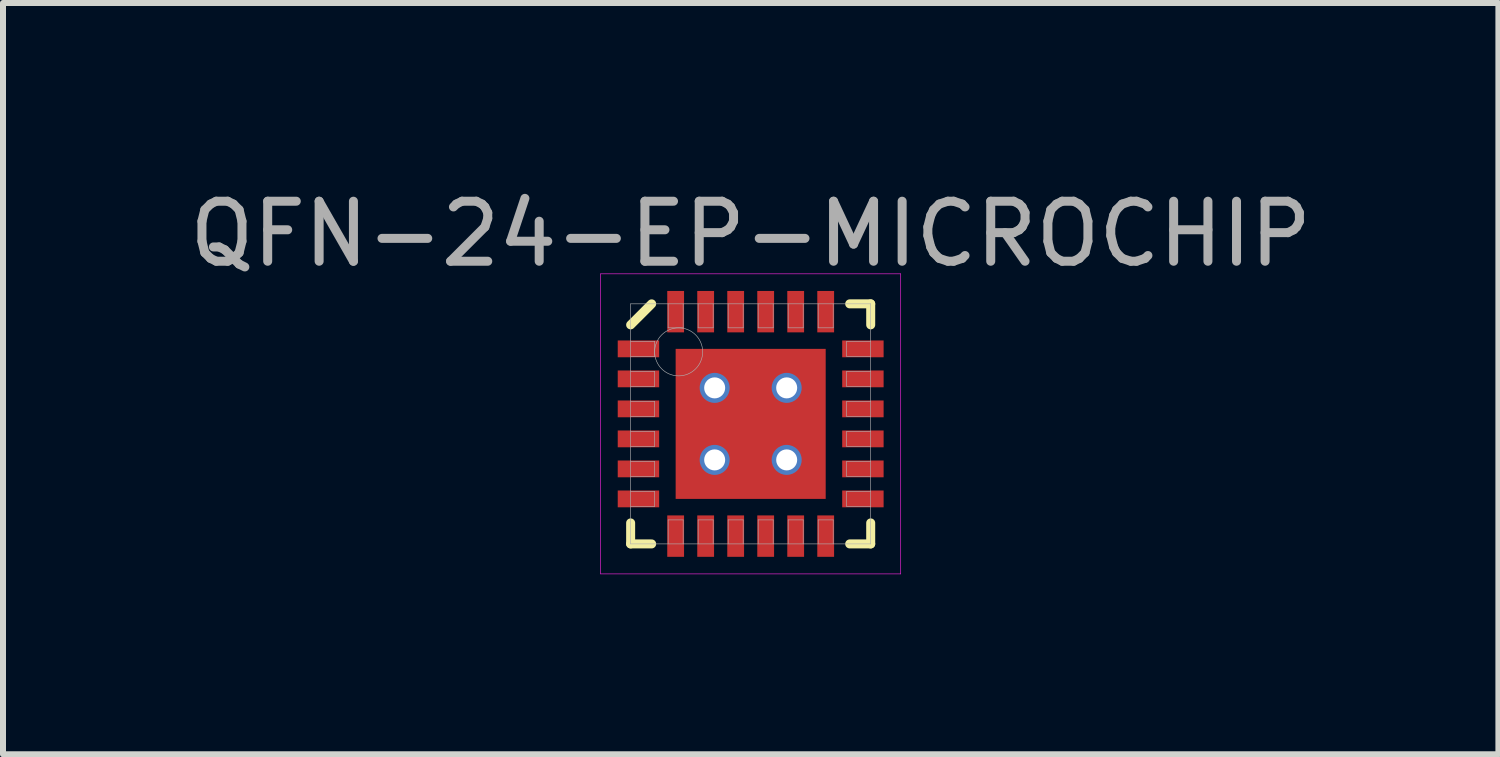
<source format=kicad_pcb>
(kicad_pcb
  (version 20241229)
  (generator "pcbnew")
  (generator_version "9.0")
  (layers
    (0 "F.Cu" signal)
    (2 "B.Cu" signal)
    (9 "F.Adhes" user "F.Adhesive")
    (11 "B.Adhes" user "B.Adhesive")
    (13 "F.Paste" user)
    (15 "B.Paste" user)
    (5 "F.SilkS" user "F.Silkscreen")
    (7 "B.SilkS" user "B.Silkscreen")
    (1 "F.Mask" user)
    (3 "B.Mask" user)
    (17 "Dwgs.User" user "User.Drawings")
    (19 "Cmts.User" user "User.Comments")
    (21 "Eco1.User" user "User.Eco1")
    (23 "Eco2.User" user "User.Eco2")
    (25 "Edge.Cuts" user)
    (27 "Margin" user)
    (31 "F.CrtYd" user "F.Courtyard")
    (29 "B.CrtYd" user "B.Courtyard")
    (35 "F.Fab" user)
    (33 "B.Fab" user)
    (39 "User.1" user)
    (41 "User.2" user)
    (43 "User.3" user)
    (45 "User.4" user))
  (footprint "QFN-24-EP-MICROCHIP"
    (layer "F.Cu")
    (at 9.458 4.013)
    (property "Reference" "QFN-24-EP-MICROCHIP" (at 0 -3.165 0) (layer "F.Fab") (effects (font (size 1 1) (thickness 0.15))))
    (attr smd)
    (fp_line (start -2 -1.65) (end -1.65 -2) (stroke (width 0.15) (type solid)) (layer "F.SilkS"))
    (fp_line (start -2 2) (end -2 1.65) (stroke (width 0.15) (type solid)) (layer "F.SilkS"))
    (fp_line (start -1.65 2) (end -2 2) (stroke (width 0.15) (type solid)) (layer "F.SilkS"))
    (fp_line (start 1.65 -2) (end 2 -2) (stroke (width 0.15) (type solid)) (layer "F.SilkS"))
    (fp_line (start 1.65 2) (end 2 2) (stroke (width 0.15) (type solid)) (layer "F.SilkS"))
    (fp_line (start 2 -2) (end 2 -1.65) (stroke (width 0.15) (type solid)) (layer "F.SilkS"))
    (fp_line (start 2 2) (end 2 1.65) (stroke (width 0.15) (type solid)) (layer "F.SilkS"))
    (fp_line (start -2.5 -2.5) (end 2.5 -2.5) (stroke (width 0.01) (type solid)) (layer "F.CrtYd"))
    (fp_line (start -2.5 2.5) (end -2.5 -2.5) (stroke (width 0.01) (type solid)) (layer "F.CrtYd"))
    (fp_line (start 2.5 -2.5) (end 2.5 2.5) (stroke (width 0.01) (type solid)) (layer "F.CrtYd"))
    (fp_line (start 2.5 2.5) (end -2.5 2.5) (stroke (width 0.01) (type solid)) (layer "F.CrtYd"))
    (fp_line (start -2 -2) (end 2 -2) (stroke (width 0.01) (type solid)) (layer "F.Fab"))
    (fp_line (start -2 -1.125) (end -1.6 -1.125) (stroke (width 0.01) (type solid)) (layer "F.Fab"))
    (fp_line (start -2 -0.625) (end -1.6 -0.625) (stroke (width 0.01) (type solid)) (layer "F.Fab"))
    (fp_line (start -2 -0.125) (end -1.6 -0.125) (stroke (width 0.01) (type solid)) (layer "F.Fab"))
    (fp_line (start -2 0.375) (end -1.6 0.375) (stroke (width 0.01) (type solid)) (layer "F.Fab"))
    (fp_line (start -2 0.875) (end -1.6 0.875) (stroke (width 0.01) (type solid)) (layer "F.Fab"))
    (fp_line (start -2 1.375) (end -1.6 1.375) (stroke (width 0.01) (type solid)) (layer "F.Fab"))
    (fp_line (start -2 2) (end -2 -2) (stroke (width 0.01) (type solid)) (layer "F.Fab"))
    (fp_line (start -1.6 -1.375) (end -2 -1.375) (stroke (width 0.01) (type solid)) (layer "F.Fab"))
    (fp_line (start -1.6 -1.125) (end -1.6 -1.375) (stroke (width 0.01) (type solid)) (layer "F.Fab"))
    (fp_line (start -1.6 -0.875) (end -2 -0.875) (stroke (width 0.01) (type solid)) (layer "F.Fab"))
    (fp_line (start -1.6 -0.625) (end -1.6 -0.875) (stroke (width 0.01) (type solid)) (layer "F.Fab"))
    (fp_line (start -1.6 -0.375) (end -2 -0.375) (stroke (width 0.01) (type solid)) (layer "F.Fab"))
    (fp_line (start -1.6 -0.125) (end -1.6 -0.375) (stroke (width 0.01) (type solid)) (layer "F.Fab"))
    (fp_line (start -1.6 0.125) (end -2 0.125) (stroke (width 0.01) (type solid)) (layer "F.Fab"))
    (fp_line (start -1.6 0.375) (end -1.6 0.125) (stroke (width 0.01) (type solid)) (layer "F.Fab"))
    (fp_line (start -1.6 0.625) (end -2 0.625) (stroke (width 0.01) (type solid)) (layer "F.Fab"))
    (fp_line (start -1.6 0.875) (end -1.6 0.625) (stroke (width 0.01) (type solid)) (layer "F.Fab"))
    (fp_line (start -1.6 1.125) (end -2 1.125) (stroke (width 0.01) (type solid)) (layer "F.Fab"))
    (fp_line (start -1.6 1.375) (end -1.6 1.125) (stroke (width 0.01) (type solid)) (layer "F.Fab"))
    (fp_line (start -1.375 -2) (end -1.375 -1.6) (stroke (width 0.01) (type solid)) (layer "F.Fab"))
    (fp_line (start -1.375 -1.6) (end -1.125 -1.6) (stroke (width 0.01) (type solid)) (layer "F.Fab"))
    (fp_line (start -1.375 1.6) (end -1.375 2) (stroke (width 0.01) (type solid)) (layer "F.Fab"))
    (fp_line (start -1.125 -1.6) (end -1.125 -2) (stroke (width 0.01) (type solid)) (layer "F.Fab"))
    (fp_line (start -1.125 1.6) (end -1.375 1.6) (stroke (width 0.01) (type solid)) (layer "F.Fab"))
    (fp_line (start -1.125 2) (end -1.125 1.6) (stroke (width 0.01) (type solid)) (layer "F.Fab"))
    (fp_line (start -0.875 -2) (end -0.875 -1.6) (stroke (width 0.01) (type solid)) (layer "F.Fab"))
    (fp_line (start -0.875 -1.6) (end -0.625 -1.6) (stroke (width 0.01) (type solid)) (layer "F.Fab"))
    (fp_line (start -0.875 1.6) (end -0.875 2) (stroke (width 0.01) (type solid)) (layer "F.Fab"))
    (fp_line (start -0.625 -1.6) (end -0.625 -2) (stroke (width 0.01) (type solid)) (layer "F.Fab"))
    (fp_line (start -0.625 1.6) (end -0.875 1.6) (stroke (width 0.01) (type solid)) (layer "F.Fab"))
    (fp_line (start -0.625 2) (end -0.625 1.6) (stroke (width 0.01) (type solid)) (layer "F.Fab"))
    (fp_line (start -0.375 -2) (end -0.375 -1.6) (stroke (width 0.01) (type solid)) (layer "F.Fab"))
    (fp_line (start -0.375 -1.6) (end -0.125 -1.6) (stroke (width 0.01) (type solid)) (layer "F.Fab"))
    (fp_line (start -0.375 1.6) (end -0.375 2) (stroke (width 0.01) (type solid)) (layer "F.Fab"))
    (fp_line (start -0.125 -1.6) (end -0.125 -2) (stroke (width 0.01) (type solid)) (layer "F.Fab"))
    (fp_line (start -0.125 1.6) (end -0.375 1.6) (stroke (width 0.01) (type solid)) (layer "F.Fab"))
    (fp_line (start -0.125 2) (end -0.125 1.6) (stroke (width 0.01) (type solid)) (layer "F.Fab"))
    (fp_line (start 0.125 -2) (end 0.125 -1.6) (stroke (width 0.01) (type solid)) (layer "F.Fab"))
    (fp_line (start 0.125 -1.6) (end 0.375 -1.6) (stroke (width 0.01) (type solid)) (layer "F.Fab"))
    (fp_line (start 0.125 1.6) (end 0.125 2) (stroke (width 0.01) (type solid)) (layer "F.Fab"))
    (fp_line (start 0.375 -1.6) (end 0.375 -2) (stroke (width 0.01) (type solid)) (layer "F.Fab"))
    (fp_line (start 0.375 1.6) (end 0.125 1.6) (stroke (width 0.01) (type solid)) (layer "F.Fab"))
    (fp_line (start 0.375 2) (end 0.375 1.6) (stroke (width 0.01) (type solid)) (layer "F.Fab"))
    (fp_line (start 0.625 -2) (end 0.625 -1.6) (stroke (width 0.01) (type solid)) (layer "F.Fab"))
    (fp_line (start 0.625 -1.6) (end 0.875 -1.6) (stroke (width 0.01) (type solid)) (layer "F.Fab"))
    (fp_line (start 0.625 1.6) (end 0.625 2) (stroke (width 0.01) (type solid)) (layer "F.Fab"))
    (fp_line (start 0.875 -1.6) (end 0.875 -2) (stroke (width 0.01) (type solid)) (layer "F.Fab"))
    (fp_line (start 0.875 1.6) (end 0.625 1.6) (stroke (width 0.01) (type solid)) (layer "F.Fab"))
    (fp_line (start 0.875 2) (end 0.875 1.6) (stroke (width 0.01) (type solid)) (layer "F.Fab"))
    (fp_line (start 1.125 -2) (end 1.125 -1.6) (stroke (width 0.01) (type solid)) (layer "F.Fab"))
    (fp_line (start 1.125 -1.6) (end 1.375 -1.6) (stroke (width 0.01) (type solid)) (layer "F.Fab"))
    (fp_line (start 1.125 1.6) (end 1.125 2) (stroke (width 0.01) (type solid)) (layer "F.Fab"))
    (fp_line (start 1.375 -1.6) (end 1.375 -2) (stroke (width 0.01) (type solid)) (layer "F.Fab"))
    (fp_line (start 1.375 1.6) (end 1.125 1.6) (stroke (width 0.01) (type solid)) (layer "F.Fab"))
    (fp_line (start 1.375 2) (end 1.375 1.6) (stroke (width 0.01) (type solid)) (layer "F.Fab"))
    (fp_line (start 1.6 -1.375) (end 1.6 -1.125) (stroke (width 0.01) (type solid)) (layer "F.Fab"))
    (fp_line (start 1.6 -1.125) (end 2 -1.125) (stroke (width 0.01) (type solid)) (layer "F.Fab"))
    (fp_line (start 1.6 -0.875) (end 1.6 -0.625) (stroke (width 0.01) (type solid)) (layer "F.Fab"))
    (fp_line (start 1.6 -0.625) (end 2 -0.625) (stroke (width 0.01) (type solid)) (layer "F.Fab"))
    (fp_line (start 1.6 -0.375) (end 1.6 -0.125) (stroke (width 0.01) (type solid)) (layer "F.Fab"))
    (fp_line (start 1.6 -0.125) (end 2 -0.125) (stroke (width 0.01) (type solid)) (layer "F.Fab"))
    (fp_line (start 1.6 0.125) (end 1.6 0.375) (stroke (width 0.01) (type solid)) (layer "F.Fab"))
    (fp_line (start 1.6 0.375) (end 2 0.375) (stroke (width 0.01) (type solid)) (layer "F.Fab"))
    (fp_line (start 1.6 0.625) (end 1.6 0.875) (stroke (width 0.01) (type solid)) (layer "F.Fab"))
    (fp_line (start 1.6 0.875) (end 2 0.875) (stroke (width 0.01) (type solid)) (layer "F.Fab"))
    (fp_line (start 1.6 1.125) (end 1.6 1.375) (stroke (width 0.01) (type solid)) (layer "F.Fab"))
    (fp_line (start 1.6 1.375) (end 2 1.375) (stroke (width 0.01) (type solid)) (layer "F.Fab"))
    (fp_line (start 2 -2) (end 2 2) (stroke (width 0.01) (type solid)) (layer "F.Fab"))
    (fp_line (start 2 -1.375) (end 1.6 -1.375) (stroke (width 0.01) (type solid)) (layer "F.Fab"))
    (fp_line (start 2 -0.875) (end 1.6 -0.875) (stroke (width 0.01) (type solid)) (layer "F.Fab"))
    (fp_line (start 2 -0.375) (end 1.6 -0.375) (stroke (width 0.01) (type solid)) (layer "F.Fab"))
    (fp_line (start 2 0.125) (end 1.6 0.125) (stroke (width 0.01) (type solid)) (layer "F.Fab"))
    (fp_line (start 2 0.625) (end 1.6 0.625) (stroke (width 0.01) (type solid)) (layer "F.Fab"))
    (fp_line (start 2 1.125) (end 1.6 1.125) (stroke (width 0.01) (type solid)) (layer "F.Fab"))
    (fp_line (start 2 2) (end -2 2) (stroke (width 0.01) (type solid)) (layer "F.Fab"))
    (fp_circle (center -1.2 -1.2) (end -1.2 -0.8) (stroke (width 0.01) (type solid)) (fill no) (layer "F.Fab"))
    (pad "" smd rect (at -0.6 -0.6) (size 1 1) (layers "F.Mask"))
    (pad "" smd rect (at -0.6 -0.6) (size 1 1) (layers "F.Paste"))
    (pad "" smd rect (at -0.6 0.6) (size 1 1) (layers "F.Mask"))
    (pad "" smd rect (at -0.6 0.6) (size 1 1) (layers "F.Paste"))
    (pad "" smd rect (at 0.6 -0.6) (size 1 1) (layers "F.Mask"))
    (pad "" smd rect (at 0.6 -0.6) (size 1 1) (layers "F.Paste"))
    (pad "" smd rect (at 0.6 0.6) (size 1 1) (layers "F.Mask"))
    (pad "" smd rect (at 0.6 0.6) (size 1 1) (layers "F.Paste"))
    (pad "1" smd rect (at -1.87 -1.25) (size 0.69 0.28) (layers "F.Cu" "F.Mask" "F.Paste"))
    (pad "2" smd rect (at -1.87 -0.75) (size 0.69 0.28) (layers "F.Cu" "F.Mask" "F.Paste"))
    (pad "3" smd rect (at -1.87 -0.25) (size 0.69 0.28) (layers "F.Cu" "F.Mask" "F.Paste"))
    (pad "4" smd rect (at -1.87 0.25) (size 0.69 0.28) (layers "F.Cu" "F.Mask" "F.Paste"))
    (pad "5" smd rect (at -1.87 0.75) (size 0.69 0.28) (layers "F.Cu" "F.Mask" "F.Paste"))
    (pad "6" smd rect (at -1.87 1.25) (size 0.69 0.28) (layers "F.Cu" "F.Mask" "F.Paste"))
    (pad "7" smd rect (at -1.25 1.87) (size 0.28 0.69) (layers "F.Cu" "F.Mask" "F.Paste"))
    (pad "8" smd rect (at -0.75 1.87) (size 0.28 0.69) (layers "F.Cu" "F.Mask" "F.Paste"))
    (pad "9" smd rect (at -0.25 1.87) (size 0.28 0.69) (layers "F.Cu" "F.Mask" "F.Paste"))
    (pad "10" smd rect (at 0.25 1.87) (size 0.28 0.69) (layers "F.Cu" "F.Mask" "F.Paste"))
    (pad "11" smd rect (at 0.75 1.87) (size 0.28 0.69) (layers "F.Cu" "F.Mask" "F.Paste"))
    (pad "12" smd rect (at 1.25 1.87) (size 0.28 0.69) (layers "F.Cu" "F.Mask" "F.Paste"))
    (pad "13" smd rect (at 1.87 1.25) (size 0.69 0.28) (layers "F.Cu" "F.Mask" "F.Paste"))
    (pad "14" smd rect (at 1.87 0.75) (size 0.69 0.28) (layers "F.Cu" "F.Mask" "F.Paste"))
    (pad "15" smd rect (at 1.87 0.25) (size 0.69 0.28) (layers "F.Cu" "F.Mask" "F.Paste"))
    (pad "16" smd rect (at 1.87 -0.25) (size 0.69 0.28) (layers "F.Cu" "F.Mask" "F.Paste"))
    (pad "17" smd rect (at 1.87 -0.75) (size 0.69 0.28) (layers "F.Cu" "F.Mask" "F.Paste"))
    (pad "18" smd rect (at 1.87 -1.25) (size 0.69 0.28) (layers "F.Cu" "F.Mask" "F.Paste"))
    (pad "19" smd rect (at 1.25 -1.87) (size 0.28 0.69) (layers "F.Cu" "F.Mask" "F.Paste"))
    (pad "20" smd rect (at 0.75 -1.87) (size 0.28 0.69) (layers "F.Cu" "F.Mask" "F.Paste"))
    (pad "21" smd rect (at 0.25 -1.87) (size 0.28 0.69) (layers "F.Cu" "F.Mask" "F.Paste"))
    (pad "22" smd rect (at -0.25 -1.87) (size 0.28 0.69) (layers "F.Cu" "F.Mask" "F.Paste"))
    (pad "23" smd rect (at -0.75 -1.87) (size 0.28 0.69) (layers "F.Cu" "F.Mask" "F.Paste"))
    (pad "24" smd rect (at -1.25 -1.87) (size 0.28 0.69) (layers "F.Cu" "F.Mask" "F.Paste"))
    (pad "EP" thru_hole circle (at -0.6 -0.6) (size 0.5 0.5) (drill 0.35) (layers "*.Cu"))
    (pad "EP" thru_hole circle (at -0.6 0.6) (size 0.5 0.5) (drill 0.35) (layers "*.Cu"))
    (pad "EP" smd rect (at 0 0) (size 2.5 2.5) (layers "F.Cu"))
    (pad "EP" thru_hole circle (at 0.6 -0.6) (size 0.5 0.5) (drill 0.35) (layers "*.Cu"))
    (pad "EP" thru_hole circle (at 0.6 0.6) (size 0.5 0.5) (drill 0.35) (layers "*.Cu")))
  (gr_rect
    (start -3 -3)
    (end 21.917 9.518)
    (stroke (width 0.1) (type default))
    (fill no)
    (layer "Edge.Cuts")))
</source>
